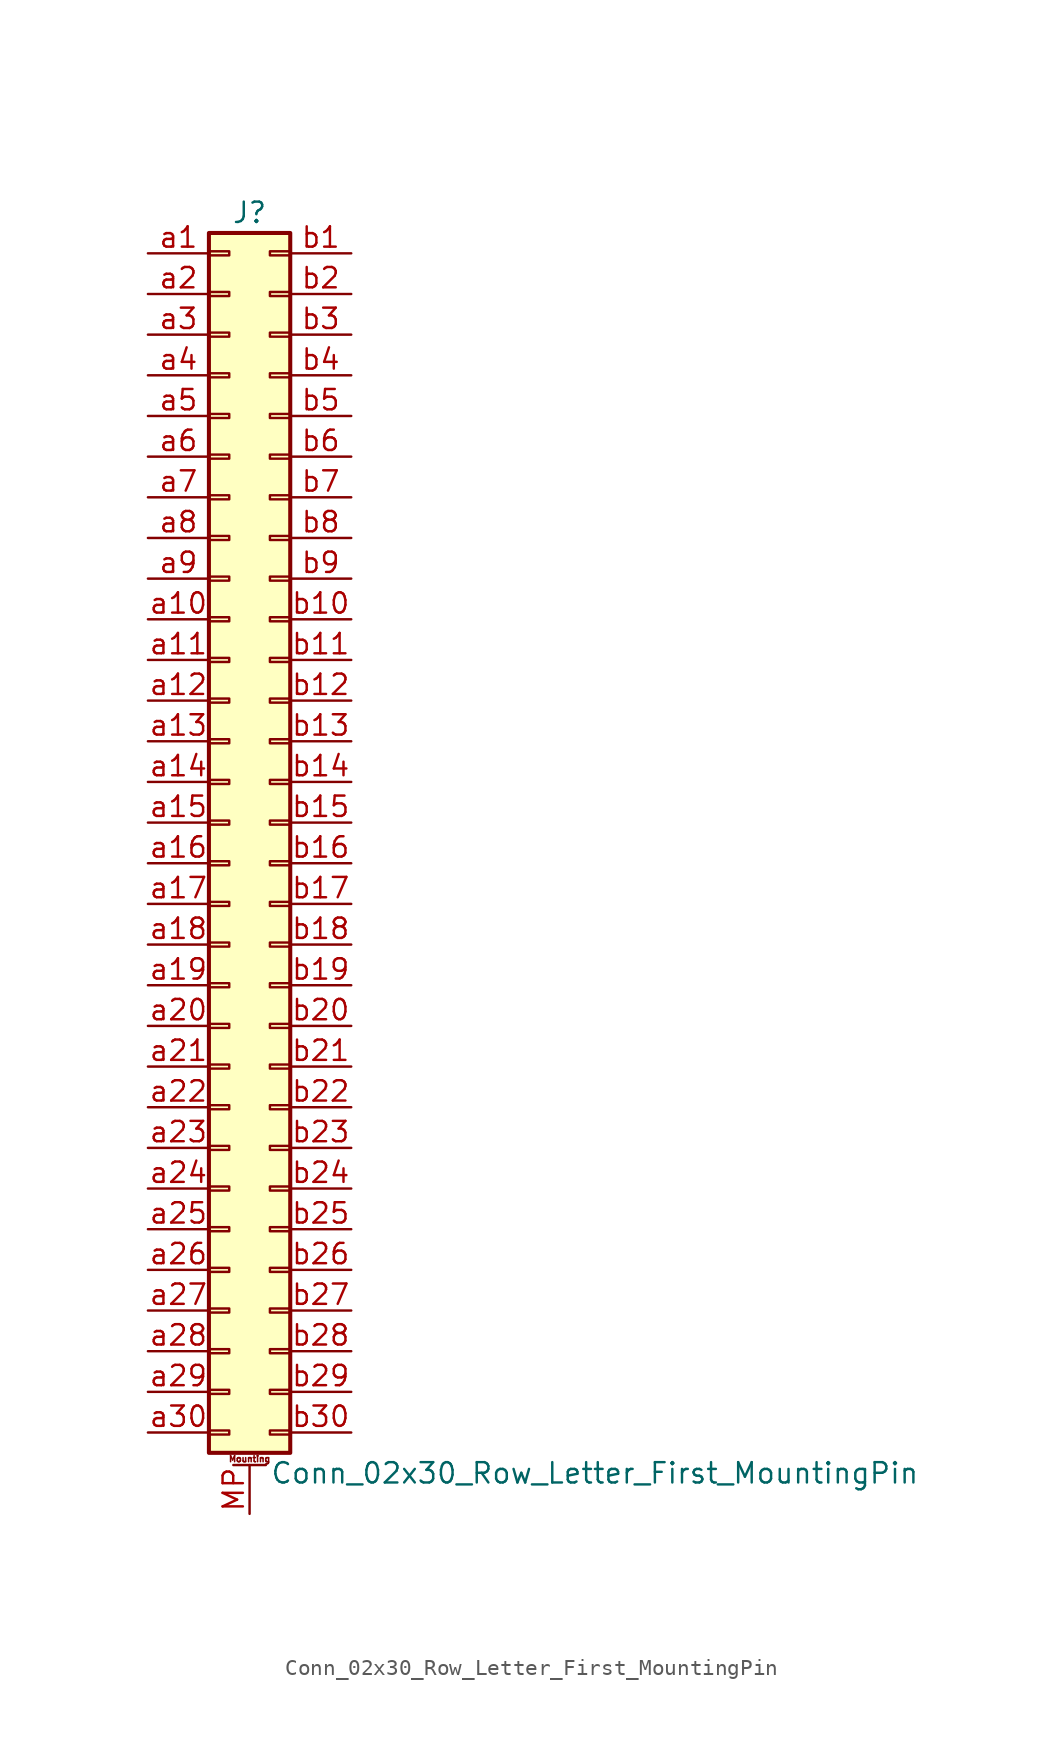
<source format=kicad_sym>
(kicad_symbol_lib
  (version 20201005)
  (generator kicad_symbol_editor)
  (symbol "Conn_02x30_Row_Letter_First_MountingPin"
    (pin_names
      (offset 1.016) hide)
    (property "Reference" "J"
      (at 1.27 38.1 0)
      (effects (font (size 1.27 1.27))))
    (property "Value" "Conn_02x30_Row_Letter_First_MountingPin"
      (at 2.54 -40.64 0)
      (effects (font (size 1.27 1.27)) (justify left)))
    (symbol "Conn_02x30_Row_Letter_First_MountingPin_1_1"
      (text "Mounting" (at 1.27 -39.751 0) (effects (font (size 0.381 0.381))))
      (rectangle (start -1.27 -37.973) (end 0 -38.227) (stroke (width 0.152)) (fill (type none)))
      (rectangle (start -1.27 -35.433) (end 0 -35.687) (stroke (width 0.152)) (fill (type none)))
      (rectangle (start -1.27 -32.893) (end 0 -33.147) (stroke (width 0.152)) (fill (type none)))
      (rectangle (start -1.27 -30.353) (end 0 -30.607) (stroke (width 0.152)) (fill (type none)))
      (rectangle (start -1.27 -27.813) (end 0 -28.067) (stroke (width 0.152)) (fill (type none)))
      (rectangle (start -1.27 -25.273) (end 0 -25.527) (stroke (width 0.152)) (fill (type none)))
      (rectangle (start -1.27 -22.733) (end 0 -22.987) (stroke (width 0.152)) (fill (type none)))
      (rectangle (start -1.27 -20.193) (end 0 -20.447) (stroke (width 0.152)) (fill (type none)))
      (rectangle (start -1.27 -17.653) (end 0 -17.907) (stroke (width 0.152)) (fill (type none)))
      (rectangle (start -1.27 -15.113) (end 0 -15.367) (stroke (width 0.152)) (fill (type none)))
      (rectangle (start -1.27 -12.573) (end 0 -12.827) (stroke (width 0.152)) (fill (type none)))
      (rectangle (start -1.27 -10.033) (end 0 -10.287) (stroke (width 0.152)) (fill (type none)))
      (rectangle (start -1.27 -7.493) (end 0 -7.747) (stroke (width 0.152)) (fill (type none)))
      (rectangle (start -1.27 -4.953) (end 0 -5.207) (stroke (width 0.152)) (fill (type none)))
      (rectangle (start -1.27 -2.413) (end 0 -2.667) (stroke (width 0.152)) (fill (type none)))
      (rectangle (start -1.27 0.127) (end 0 -0.127) (stroke (width 0.152)) (fill (type none)))
      (rectangle (start -1.27 2.667) (end 0 2.413) (stroke (width 0.152)) (fill (type none)))
      (rectangle (start -1.27 5.207) (end 0 4.953) (stroke (width 0.152)) (fill (type none)))
      (rectangle (start -1.27 7.747) (end 0 7.493) (stroke (width 0.152)) (fill (type none)))
      (rectangle (start -1.27 10.287) (end 0 10.033) (stroke (width 0.152)) (fill (type none)))
      (rectangle (start -1.27 12.827) (end 0 12.573) (stroke (width 0.152)) (fill (type none)))
      (rectangle (start -1.27 15.367) (end 0 15.113) (stroke (width 0.152)) (fill (type none)))
      (rectangle (start -1.27 17.907) (end 0 17.653) (stroke (width 0.152)) (fill (type none)))
      (rectangle (start -1.27 20.447) (end 0 20.193) (stroke (width 0.152)) (fill (type none)))
      (rectangle (start -1.27 22.987) (end 0 22.733) (stroke (width 0.152)) (fill (type none)))
      (rectangle (start -1.27 25.527) (end 0 25.273) (stroke (width 0.152)) (fill (type none)))
      (rectangle (start -1.27 28.067) (end 0 27.813) (stroke (width 0.152)) (fill (type none)))
      (rectangle (start -1.27 30.607) (end 0 30.353) (stroke (width 0.152)) (fill (type none)))
      (rectangle (start -1.27 33.147) (end 0 32.893) (stroke (width 0.152)) (fill (type none)))
      (rectangle (start -1.27 35.687) (end 0 35.433) (stroke (width 0.152)) (fill (type none)))
      (rectangle (start -1.27 36.83) (end 3.81 -39.37) (stroke (width 0.254)) (fill (type background)))
      (rectangle (start 3.81 -37.973) (end 2.54 -38.227) (stroke (width 0.152)) (fill (type none)))
      (rectangle (start 3.81 -35.433) (end 2.54 -35.687) (stroke (width 0.152)) (fill (type none)))
      (rectangle (start 3.81 -32.893) (end 2.54 -33.147) (stroke (width 0.152)) (fill (type none)))
      (rectangle (start 3.81 -30.353) (end 2.54 -30.607) (stroke (width 0.152)) (fill (type none)))
      (rectangle (start 3.81 -27.813) (end 2.54 -28.067) (stroke (width 0.152)) (fill (type none)))
      (rectangle (start 3.81 -25.273) (end 2.54 -25.527) (stroke (width 0.152)) (fill (type none)))
      (rectangle (start 3.81 -22.733) (end 2.54 -22.987) (stroke (width 0.152)) (fill (type none)))
      (rectangle (start 3.81 -20.193) (end 2.54 -20.447) (stroke (width 0.152)) (fill (type none)))
      (rectangle (start 3.81 -17.653) (end 2.54 -17.907) (stroke (width 0.152)) (fill (type none)))
      (rectangle (start 3.81 -15.113) (end 2.54 -15.367) (stroke (width 0.152)) (fill (type none)))
      (rectangle (start 3.81 -12.573) (end 2.54 -12.827) (stroke (width 0.152)) (fill (type none)))
      (rectangle (start 3.81 -10.033) (end 2.54 -10.287) (stroke (width 0.152)) (fill (type none)))
      (rectangle (start 3.81 -7.493) (end 2.54 -7.747) (stroke (width 0.152)) (fill (type none)))
      (rectangle (start 3.81 -4.953) (end 2.54 -5.207) (stroke (width 0.152)) (fill (type none)))
      (rectangle (start 3.81 -2.413) (end 2.54 -2.667) (stroke (width 0.152)) (fill (type none)))
      (rectangle (start 3.81 0.127) (end 2.54 -0.127) (stroke (width 0.152)) (fill (type none)))
      (rectangle (start 3.81 2.667) (end 2.54 2.413) (stroke (width 0.152)) (fill (type none)))
      (rectangle (start 3.81 5.207) (end 2.54 4.953) (stroke (width 0.152)) (fill (type none)))
      (rectangle (start 3.81 7.747) (end 2.54 7.493) (stroke (width 0.152)) (fill (type none)))
      (rectangle (start 3.81 10.287) (end 2.54 10.033) (stroke (width 0.152)) (fill (type none)))
      (rectangle (start 3.81 12.827) (end 2.54 12.573) (stroke (width 0.152)) (fill (type none)))
      (rectangle (start 3.81 15.367) (end 2.54 15.113) (stroke (width 0.152)) (fill (type none)))
      (rectangle (start 3.81 17.907) (end 2.54 17.653) (stroke (width 0.152)) (fill (type none)))
      (rectangle (start 3.81 20.447) (end 2.54 20.193) (stroke (width 0.152)) (fill (type none)))
      (rectangle (start 3.81 22.987) (end 2.54 22.733) (stroke (width 0.152)) (fill (type none)))
      (rectangle (start 3.81 25.527) (end 2.54 25.273) (stroke (width 0.152)) (fill (type none)))
      (rectangle (start 3.81 28.067) (end 2.54 27.813) (stroke (width 0.152)) (fill (type none)))
      (rectangle (start 3.81 30.607) (end 2.54 30.353) (stroke (width 0.152)) (fill (type none)))
      (rectangle (start 3.81 33.147) (end 2.54 32.893) (stroke (width 0.152)) (fill (type none)))
      (rectangle (start 3.81 35.687) (end 2.54 35.433) (stroke (width 0.152)) (fill (type none)))
      (polyline (pts (xy 0.254 -40.132) (xy 2.286 -40.132)) (stroke (width 0.152)) (fill (type none)))
      (pin passive line (at 1.27 -43.18 90) (length 3.048) (name "MountPin" (effects (font (size 1.27 1.27)))) (number "MP" (effects (font (size 1.27 1.27)))))
      (pin passive line (at -5.08 35.56 0) (length 3.81) (name "Pin_a1" (effects (font (size 1.27 1.27)))) (number "a1" (effects (font (size 1.27 1.27)))))
      (pin passive line (at -5.08 12.7 0) (length 3.81) (name "Pin_a10" (effects (font (size 1.27 1.27)))) (number "a10" (effects (font (size 1.27 1.27)))))
      (pin passive line (at -5.08 10.16 0) (length 3.81) (name "Pin_a11" (effects (font (size 1.27 1.27)))) (number "a11" (effects (font (size 1.27 1.27)))))
      (pin passive line (at -5.08 7.62 0) (length 3.81) (name "Pin_a12" (effects (font (size 1.27 1.27)))) (number "a12" (effects (font (size 1.27 1.27)))))
      (pin passive line (at -5.08 5.08 0) (length 3.81) (name "Pin_a13" (effects (font (size 1.27 1.27)))) (number "a13" (effects (font (size 1.27 1.27)))))
      (pin passive line (at -5.08 2.54 0) (length 3.81) (name "Pin_a14" (effects (font (size 1.27 1.27)))) (number "a14" (effects (font (size 1.27 1.27)))))
      (pin passive line (at -5.08 0 0) (length 3.81) (name "Pin_a15" (effects (font (size 1.27 1.27)))) (number "a15" (effects (font (size 1.27 1.27)))))
      (pin passive line (at -5.08 -2.54 0) (length 3.81) (name "Pin_a16" (effects (font (size 1.27 1.27)))) (number "a16" (effects (font (size 1.27 1.27)))))
      (pin passive line (at -5.08 -5.08 0) (length 3.81) (name "Pin_a17" (effects (font (size 1.27 1.27)))) (number "a17" (effects (font (size 1.27 1.27)))))
      (pin passive line (at -5.08 -7.62 0) (length 3.81) (name "Pin_a18" (effects (font (size 1.27 1.27)))) (number "a18" (effects (font (size 1.27 1.27)))))
      (pin passive line (at -5.08 -10.16 0) (length 3.81) (name "Pin_a19" (effects (font (size 1.27 1.27)))) (number "a19" (effects (font (size 1.27 1.27)))))
      (pin passive line (at -5.08 33.02 0) (length 3.81) (name "Pin_a2" (effects (font (size 1.27 1.27)))) (number "a2" (effects (font (size 1.27 1.27)))))
      (pin passive line (at -5.08 -12.7 0) (length 3.81) (name "Pin_a20" (effects (font (size 1.27 1.27)))) (number "a20" (effects (font (size 1.27 1.27)))))
      (pin passive line (at -5.08 -15.24 0) (length 3.81) (name "Pin_a21" (effects (font (size 1.27 1.27)))) (number "a21" (effects (font (size 1.27 1.27)))))
      (pin passive line (at -5.08 -17.78 0) (length 3.81) (name "Pin_a22" (effects (font (size 1.27 1.27)))) (number "a22" (effects (font (size 1.27 1.27)))))
      (pin passive line (at -5.08 -20.32 0) (length 3.81) (name "Pin_a23" (effects (font (size 1.27 1.27)))) (number "a23" (effects (font (size 1.27 1.27)))))
      (pin passive line (at -5.08 -22.86 0) (length 3.81) (name "Pin_a24" (effects (font (size 1.27 1.27)))) (number "a24" (effects (font (size 1.27 1.27)))))
      (pin passive line (at -5.08 -25.4 0) (length 3.81) (name "Pin_a25" (effects (font (size 1.27 1.27)))) (number "a25" (effects (font (size 1.27 1.27)))))
      (pin passive line (at -5.08 -27.94 0) (length 3.81) (name "Pin_a26" (effects (font (size 1.27 1.27)))) (number "a26" (effects (font (size 1.27 1.27)))))
      (pin passive line (at -5.08 -30.48 0) (length 3.81) (name "Pin_a27" (effects (font (size 1.27 1.27)))) (number "a27" (effects (font (size 1.27 1.27)))))
      (pin passive line (at -5.08 -33.02 0) (length 3.81) (name "Pin_a28" (effects (font (size 1.27 1.27)))) (number "a28" (effects (font (size 1.27 1.27)))))
      (pin passive line (at -5.08 -35.56 0) (length 3.81) (name "Pin_a29" (effects (font (size 1.27 1.27)))) (number "a29" (effects (font (size 1.27 1.27)))))
      (pin passive line (at -5.08 30.48 0) (length 3.81) (name "Pin_a3" (effects (font (size 1.27 1.27)))) (number "a3" (effects (font (size 1.27 1.27)))))
      (pin passive line (at -5.08 -38.1 0) (length 3.81) (name "Pin_a30" (effects (font (size 1.27 1.27)))) (number "a30" (effects (font (size 1.27 1.27)))))
      (pin passive line (at -5.08 27.94 0) (length 3.81) (name "Pin_a4" (effects (font (size 1.27 1.27)))) (number "a4" (effects (font (size 1.27 1.27)))))
      (pin passive line (at -5.08 25.4 0) (length 3.81) (name "Pin_a5" (effects (font (size 1.27 1.27)))) (number "a5" (effects (font (size 1.27 1.27)))))
      (pin passive line (at -5.08 22.86 0) (length 3.81) (name "Pin_a6" (effects (font (size 1.27 1.27)))) (number "a6" (effects (font (size 1.27 1.27)))))
      (pin passive line (at -5.08 20.32 0) (length 3.81) (name "Pin_a7" (effects (font (size 1.27 1.27)))) (number "a7" (effects (font (size 1.27 1.27)))))
      (pin passive line (at -5.08 17.78 0) (length 3.81) (name "Pin_a8" (effects (font (size 1.27 1.27)))) (number "a8" (effects (font (size 1.27 1.27)))))
      (pin passive line (at -5.08 15.24 0) (length 3.81) (name "Pin_a9" (effects (font (size 1.27 1.27)))) (number "a9" (effects (font (size 1.27 1.27)))))
      (pin passive line (at 7.62 35.56 180) (length 3.81) (name "Pin_b1" (effects (font (size 1.27 1.27)))) (number "b1" (effects (font (size 1.27 1.27)))))
      (pin passive line (at 7.62 12.7 180) (length 3.81) (name "Pin_b10" (effects (font (size 1.27 1.27)))) (number "b10" (effects (font (size 1.27 1.27)))))
      (pin passive line (at 7.62 10.16 180) (length 3.81) (name "Pin_b11" (effects (font (size 1.27 1.27)))) (number "b11" (effects (font (size 1.27 1.27)))))
      (pin passive line (at 7.62 7.62 180) (length 3.81) (name "Pin_b12" (effects (font (size 1.27 1.27)))) (number "b12" (effects (font (size 1.27 1.27)))))
      (pin passive line (at 7.62 5.08 180) (length 3.81) (name "Pin_b13" (effects (font (size 1.27 1.27)))) (number "b13" (effects (font (size 1.27 1.27)))))
      (pin passive line (at 7.62 2.54 180) (length 3.81) (name "Pin_b14" (effects (font (size 1.27 1.27)))) (number "b14" (effects (font (size 1.27 1.27)))))
      (pin passive line (at 7.62 0 180) (length 3.81) (name "Pin_b15" (effects (font (size 1.27 1.27)))) (number "b15" (effects (font (size 1.27 1.27)))))
      (pin passive line (at 7.62 -2.54 180) (length 3.81) (name "Pin_b16" (effects (font (size 1.27 1.27)))) (number "b16" (effects (font (size 1.27 1.27)))))
      (pin passive line (at 7.62 -5.08 180) (length 3.81) (name "Pin_b17" (effects (font (size 1.27 1.27)))) (number "b17" (effects (font (size 1.27 1.27)))))
      (pin passive line (at 7.62 -7.62 180) (length 3.81) (name "Pin_b18" (effects (font (size 1.27 1.27)))) (number "b18" (effects (font (size 1.27 1.27)))))
      (pin passive line (at 7.62 -10.16 180) (length 3.81) (name "Pin_b19" (effects (font (size 1.27 1.27)))) (number "b19" (effects (font (size 1.27 1.27)))))
      (pin passive line (at 7.62 33.02 180) (length 3.81) (name "Pin_b2" (effects (font (size 1.27 1.27)))) (number "b2" (effects (font (size 1.27 1.27)))))
      (pin passive line (at 7.62 -12.7 180) (length 3.81) (name "Pin_b20" (effects (font (size 1.27 1.27)))) (number "b20" (effects (font (size 1.27 1.27)))))
      (pin passive line (at 7.62 -15.24 180) (length 3.81) (name "Pin_b21" (effects (font (size 1.27 1.27)))) (number "b21" (effects (font (size 1.27 1.27)))))
      (pin passive line (at 7.62 -17.78 180) (length 3.81) (name "Pin_b22" (effects (font (size 1.27 1.27)))) (number "b22" (effects (font (size 1.27 1.27)))))
      (pin passive line (at 7.62 -20.32 180) (length 3.81) (name "Pin_b23" (effects (font (size 1.27 1.27)))) (number "b23" (effects (font (size 1.27 1.27)))))
      (pin passive line (at 7.62 -22.86 180) (length 3.81) (name "Pin_b24" (effects (font (size 1.27 1.27)))) (number "b24" (effects (font (size 1.27 1.27)))))
      (pin passive line (at 7.62 -25.4 180) (length 3.81) (name "Pin_b25" (effects (font (size 1.27 1.27)))) (number "b25" (effects (font (size 1.27 1.27)))))
      (pin passive line (at 7.62 -27.94 180) (length 3.81) (name "Pin_b26" (effects (font (size 1.27 1.27)))) (number "b26" (effects (font (size 1.27 1.27)))))
      (pin passive line (at 7.62 -30.48 180) (length 3.81) (name "Pin_b27" (effects (font (size 1.27 1.27)))) (number "b27" (effects (font (size 1.27 1.27)))))
      (pin passive line (at 7.62 -33.02 180) (length 3.81) (name "Pin_b28" (effects (font (size 1.27 1.27)))) (number "b28" (effects (font (size 1.27 1.27)))))
      (pin passive line (at 7.62 -35.56 180) (length 3.81) (name "Pin_b29" (effects (font (size 1.27 1.27)))) (number "b29" (effects (font (size 1.27 1.27)))))
      (pin passive line (at 7.62 30.48 180) (length 3.81) (name "Pin_b3" (effects (font (size 1.27 1.27)))) (number "b3" (effects (font (size 1.27 1.27)))))
      (pin passive line (at 7.62 -38.1 180) (length 3.81) (name "Pin_b30" (effects (font (size 1.27 1.27)))) (number "b30" (effects (font (size 1.27 1.27)))))
      (pin passive line (at 7.62 27.94 180) (length 3.81) (name "Pin_b4" (effects (font (size 1.27 1.27)))) (number "b4" (effects (font (size 1.27 1.27)))))
      (pin passive line (at 7.62 25.4 180) (length 3.81) (name "Pin_b5" (effects (font (size 1.27 1.27)))) (number "b5" (effects (font (size 1.27 1.27)))))
      (pin passive line (at 7.62 22.86 180) (length 3.81) (name "Pin_b6" (effects (font (size 1.27 1.27)))) (number "b6" (effects (font (size 1.27 1.27)))))
      (pin passive line (at 7.62 20.32 180) (length 3.81) (name "Pin_b7" (effects (font (size 1.27 1.27)))) (number "b7" (effects (font (size 1.27 1.27)))))
      (pin passive line (at 7.62 17.78 180) (length 3.81) (name "Pin_b8" (effects (font (size 1.27 1.27)))) (number "b8" (effects (font (size 1.27 1.27)))))
      (pin passive line (at 7.62 15.24 180) (length 3.81) (name "Pin_b9" (effects (font (size 1.27 1.27)))) (number "b9" (effects (font (size 1.27 1.27))))))))
</source>
